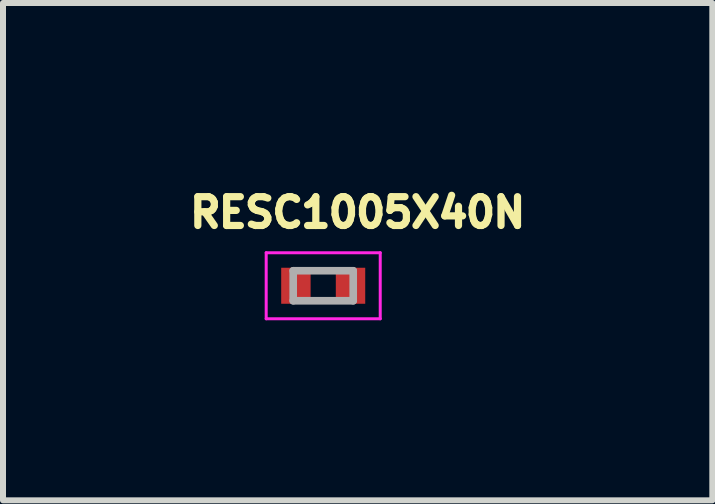
<source format=kicad_pcb>
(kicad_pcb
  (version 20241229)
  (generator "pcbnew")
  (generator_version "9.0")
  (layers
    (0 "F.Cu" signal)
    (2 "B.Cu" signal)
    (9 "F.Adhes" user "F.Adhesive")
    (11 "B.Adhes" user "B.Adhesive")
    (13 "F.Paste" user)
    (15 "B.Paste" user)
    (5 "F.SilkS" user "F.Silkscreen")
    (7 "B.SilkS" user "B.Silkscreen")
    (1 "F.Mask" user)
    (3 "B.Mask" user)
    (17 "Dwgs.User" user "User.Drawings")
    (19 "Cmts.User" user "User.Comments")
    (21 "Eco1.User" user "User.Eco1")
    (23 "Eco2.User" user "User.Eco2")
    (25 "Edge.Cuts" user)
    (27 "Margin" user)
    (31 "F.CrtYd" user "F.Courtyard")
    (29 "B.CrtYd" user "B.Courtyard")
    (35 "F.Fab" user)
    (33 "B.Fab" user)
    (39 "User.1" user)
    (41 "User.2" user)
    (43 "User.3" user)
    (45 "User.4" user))
  (footprint "RESC1005X40N"
    (layer "F.Cu")
    (at 2.335 1.711)
    (property "Reference" "RESC1005X40N" (at 0.574 -1.22 0) (layer "F.SilkS") (effects (font (size 0.48 0.48) (thickness 0.15))))
    (attr smd)
    (fp_line (start -0.95 -0.55) (end -0.95 0.55) (stroke (width 0.05) (type solid)) (layer "F.CrtYd"))
    (fp_line (start -0.95 0.55) (end 0.95 0.55) (stroke (width 0.05) (type solid)) (layer "F.CrtYd"))
    (fp_line (start 0.95 -0.55) (end -0.95 -0.55) (stroke (width 0.05) (type solid)) (layer "F.CrtYd"))
    (fp_line (start 0.95 0.55) (end 0.95 -0.55) (stroke (width 0.05) (type solid)) (layer "F.CrtYd"))
    (fp_line (start -0.5 -0.25) (end -0.5 0.25) (stroke (width 0.127) (type solid)) (layer "F.Fab"))
    (fp_line (start -0.5 0.25) (end 0.5 0.25) (stroke (width 0.127) (type solid)) (layer "F.Fab"))
    (fp_line (start 0.5 -0.25) (end -0.5 -0.25) (stroke (width 0.127) (type solid)) (layer "F.Fab"))
    (fp_line (start 0.5 0.25) (end 0.5 -0.25) (stroke (width 0.127) (type solid)) (layer "F.Fab"))
    (pad "1" smd rect (at -0.455 0) (size 0.49 0.6) (layers "F.Cu" "F.Mask" "F.Paste"))
    (pad "2" smd rect (at 0.455 0) (size 0.49 0.6) (layers "F.Cu" "F.Mask" "F.Paste")))
  (gr_rect
    (start -3 -3)
    (end 8.818 5.286)
    (stroke (width 0.1) (type default))
    (fill no)
    (layer "Edge.Cuts")))
</source>
